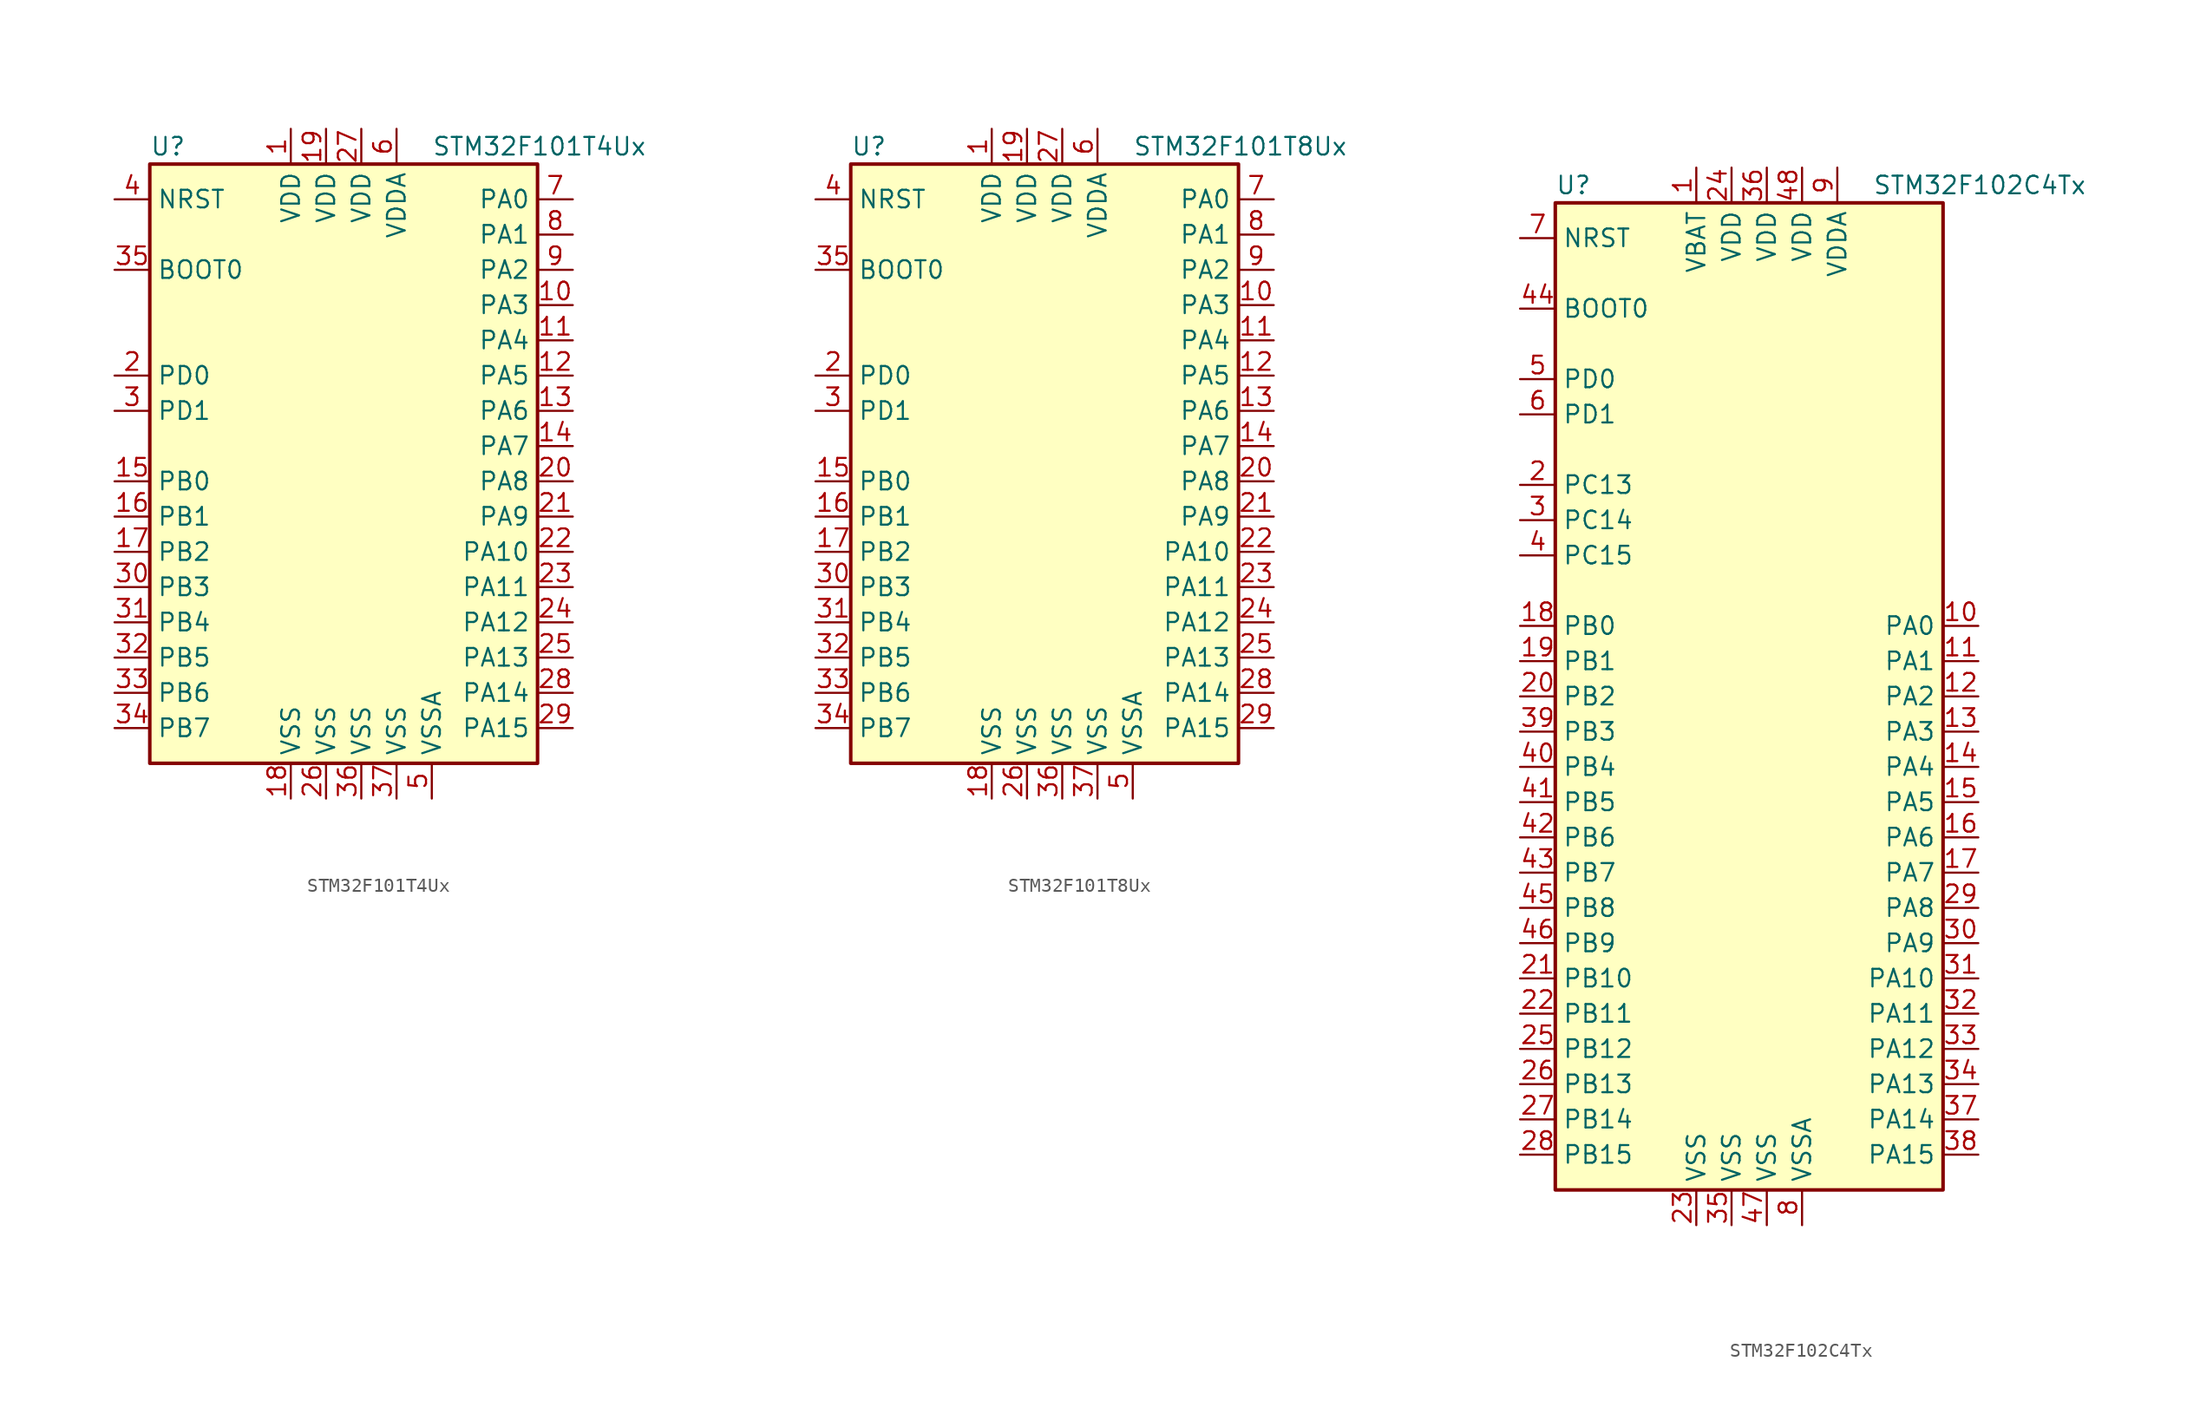
<source format=kicad_sym>
(kicad_symbol_lib
  (version 20211014)
  (generator kicad_symbol_editor)
  (symbol "STM32F101T4Ux"
    (property "Reference" "U"
      (at -15.24 21.59 0)
      (effects (font (size 1.27 1.27)) (justify left)))
    (property "Value" "STM32F101T4Ux"
      (at 5.08 21.59 0)
      (effects (font (size 1.27 1.27)) (justify left)))
    (symbol "STM32F101T4Ux_0_1"
      (rectangle (start -15.24 -22.86) (end 12.7 20.32) (stroke (width 0.254) (type default) (color 0 0 0 0)) (fill (type background))))
    (symbol "STM32F101T4Ux_1_1"
      (pin power_in line (at -5.08 22.86 270) (length 2.54) (name "VDD" (effects (font (size 1.27 1.27)))) (number "1" (effects (font (size 1.27 1.27)))))
      (pin bidirectional line (at 15.24 10.16 180) (length 2.54) (name "PA3" (effects (font (size 1.27 1.27)))) (number "10" (effects (font (size 1.27 1.27)))))
      (pin bidirectional line (at 15.24 7.62 180) (length 2.54) (name "PA4" (effects (font (size 1.27 1.27)))) (number "11" (effects (font (size 1.27 1.27)))))
      (pin bidirectional line (at 15.24 5.08 180) (length 2.54) (name "PA5" (effects (font (size 1.27 1.27)))) (number "12" (effects (font (size 1.27 1.27)))))
      (pin bidirectional line (at 15.24 2.54 180) (length 2.54) (name "PA6" (effects (font (size 1.27 1.27)))) (number "13" (effects (font (size 1.27 1.27)))))
      (pin bidirectional line (at 15.24 0 180) (length 2.54) (name "PA7" (effects (font (size 1.27 1.27)))) (number "14" (effects (font (size 1.27 1.27)))))
      (pin bidirectional line (at -17.78 -2.54 0) (length 2.54) (name "PB0" (effects (font (size 1.27 1.27)))) (number "15" (effects (font (size 1.27 1.27)))))
      (pin bidirectional line (at -17.78 -5.08 0) (length 2.54) (name "PB1" (effects (font (size 1.27 1.27)))) (number "16" (effects (font (size 1.27 1.27)))))
      (pin bidirectional line (at -17.78 -7.62 0) (length 2.54) (name "PB2" (effects (font (size 1.27 1.27)))) (number "17" (effects (font (size 1.27 1.27)))))
      (pin power_in line (at -5.08 -25.4 90) (length 2.54) (name "VSS" (effects (font (size 1.27 1.27)))) (number "18" (effects (font (size 1.27 1.27)))))
      (pin power_in line (at -2.54 22.86 270) (length 2.54) (name "VDD" (effects (font (size 1.27 1.27)))) (number "19" (effects (font (size 1.27 1.27)))))
      (pin input line (at -17.78 5.08 0) (length 2.54) (name "PD0" (effects (font (size 1.27 1.27)))) (number "2" (effects (font (size 1.27 1.27)))))
      (pin bidirectional line (at 15.24 -2.54 180) (length 2.54) (name "PA8" (effects (font (size 1.27 1.27)))) (number "20" (effects (font (size 1.27 1.27)))))
      (pin bidirectional line (at 15.24 -5.08 180) (length 2.54) (name "PA9" (effects (font (size 1.27 1.27)))) (number "21" (effects (font (size 1.27 1.27)))))
      (pin bidirectional line (at 15.24 -7.62 180) (length 2.54) (name "PA10" (effects (font (size 1.27 1.27)))) (number "22" (effects (font (size 1.27 1.27)))))
      (pin bidirectional line (at 15.24 -10.16 180) (length 2.54) (name "PA11" (effects (font (size 1.27 1.27)))) (number "23" (effects (font (size 1.27 1.27)))))
      (pin bidirectional line (at 15.24 -12.7 180) (length 2.54) (name "PA12" (effects (font (size 1.27 1.27)))) (number "24" (effects (font (size 1.27 1.27)))))
      (pin bidirectional line (at 15.24 -15.24 180) (length 2.54) (name "PA13" (effects (font (size 1.27 1.27)))) (number "25" (effects (font (size 1.27 1.27)))))
      (pin power_in line (at -2.54 -25.4 90) (length 2.54) (name "VSS" (effects (font (size 1.27 1.27)))) (number "26" (effects (font (size 1.27 1.27)))))
      (pin power_in line (at 0 22.86 270) (length 2.54) (name "VDD" (effects (font (size 1.27 1.27)))) (number "27" (effects (font (size 1.27 1.27)))))
      (pin bidirectional line (at 15.24 -17.78 180) (length 2.54) (name "PA14" (effects (font (size 1.27 1.27)))) (number "28" (effects (font (size 1.27 1.27)))))
      (pin bidirectional line (at 15.24 -20.32 180) (length 2.54) (name "PA15" (effects (font (size 1.27 1.27)))) (number "29" (effects (font (size 1.27 1.27)))))
      (pin input line (at -17.78 2.54 0) (length 2.54) (name "PD1" (effects (font (size 1.27 1.27)))) (number "3" (effects (font (size 1.27 1.27)))))
      (pin bidirectional line (at -17.78 -10.16 0) (length 2.54) (name "PB3" (effects (font (size 1.27 1.27)))) (number "30" (effects (font (size 1.27 1.27)))))
      (pin bidirectional line (at -17.78 -12.7 0) (length 2.54) (name "PB4" (effects (font (size 1.27 1.27)))) (number "31" (effects (font (size 1.27 1.27)))))
      (pin bidirectional line (at -17.78 -15.24 0) (length 2.54) (name "PB5" (effects (font (size 1.27 1.27)))) (number "32" (effects (font (size 1.27 1.27)))))
      (pin bidirectional line (at -17.78 -17.78 0) (length 2.54) (name "PB6" (effects (font (size 1.27 1.27)))) (number "33" (effects (font (size 1.27 1.27)))))
      (pin bidirectional line (at -17.78 -20.32 0) (length 2.54) (name "PB7" (effects (font (size 1.27 1.27)))) (number "34" (effects (font (size 1.27 1.27)))))
      (pin input line (at -17.78 12.7 0) (length 2.54) (name "BOOT0" (effects (font (size 1.27 1.27)))) (number "35" (effects (font (size 1.27 1.27)))))
      (pin power_in line (at 0 -25.4 90) (length 2.54) (name "VSS" (effects (font (size 1.27 1.27)))) (number "36" (effects (font (size 1.27 1.27)))))
      (pin power_in line (at 2.54 -25.4 90) (length 2.54) (name "VSS" (effects (font (size 1.27 1.27)))) (number "37" (effects (font (size 1.27 1.27)))))
      (pin input line (at -17.78 17.78 0) (length 2.54) (name "NRST" (effects (font (size 1.27 1.27)))) (number "4" (effects (font (size 1.27 1.27)))))
      (pin power_in line (at 5.08 -25.4 90) (length 2.54) (name "VSSA" (effects (font (size 1.27 1.27)))) (number "5" (effects (font (size 1.27 1.27)))))
      (pin power_in line (at 2.54 22.86 270) (length 2.54) (name "VDDA" (effects (font (size 1.27 1.27)))) (number "6" (effects (font (size 1.27 1.27)))))
      (pin bidirectional line (at 15.24 17.78 180) (length 2.54) (name "PA0" (effects (font (size 1.27 1.27)))) (number "7" (effects (font (size 1.27 1.27)))))
      (pin bidirectional line (at 15.24 15.24 180) (length 2.54) (name "PA1" (effects (font (size 1.27 1.27)))) (number "8" (effects (font (size 1.27 1.27)))))
      (pin bidirectional line (at 15.24 12.7 180) (length 2.54) (name "PA2" (effects (font (size 1.27 1.27)))) (number "9" (effects (font (size 1.27 1.27)))))))
  (symbol "STM32F101T8Ux"
    (property "Reference" "U"
      (at -15.24 21.59 0)
      (effects (font (size 1.27 1.27)) (justify left)))
    (property "Value" "STM32F101T8Ux"
      (at 5.08 21.59 0)
      (effects (font (size 1.27 1.27)) (justify left)))
    (symbol "STM32F101T8Ux_0_1"
      (rectangle (start -15.24 -22.86) (end 12.7 20.32) (stroke (width 0.254) (type default) (color 0 0 0 0)) (fill (type background))))
    (symbol "STM32F101T8Ux_1_1"
      (pin power_in line (at -5.08 22.86 270) (length 2.54) (name "VDD" (effects (font (size 1.27 1.27)))) (number "1" (effects (font (size 1.27 1.27)))))
      (pin bidirectional line (at 15.24 10.16 180) (length 2.54) (name "PA3" (effects (font (size 1.27 1.27)))) (number "10" (effects (font (size 1.27 1.27)))))
      (pin bidirectional line (at 15.24 7.62 180) (length 2.54) (name "PA4" (effects (font (size 1.27 1.27)))) (number "11" (effects (font (size 1.27 1.27)))))
      (pin bidirectional line (at 15.24 5.08 180) (length 2.54) (name "PA5" (effects (font (size 1.27 1.27)))) (number "12" (effects (font (size 1.27 1.27)))))
      (pin bidirectional line (at 15.24 2.54 180) (length 2.54) (name "PA6" (effects (font (size 1.27 1.27)))) (number "13" (effects (font (size 1.27 1.27)))))
      (pin bidirectional line (at 15.24 0 180) (length 2.54) (name "PA7" (effects (font (size 1.27 1.27)))) (number "14" (effects (font (size 1.27 1.27)))))
      (pin bidirectional line (at -17.78 -2.54 0) (length 2.54) (name "PB0" (effects (font (size 1.27 1.27)))) (number "15" (effects (font (size 1.27 1.27)))))
      (pin bidirectional line (at -17.78 -5.08 0) (length 2.54) (name "PB1" (effects (font (size 1.27 1.27)))) (number "16" (effects (font (size 1.27 1.27)))))
      (pin bidirectional line (at -17.78 -7.62 0) (length 2.54) (name "PB2" (effects (font (size 1.27 1.27)))) (number "17" (effects (font (size 1.27 1.27)))))
      (pin power_in line (at -5.08 -25.4 90) (length 2.54) (name "VSS" (effects (font (size 1.27 1.27)))) (number "18" (effects (font (size 1.27 1.27)))))
      (pin power_in line (at -2.54 22.86 270) (length 2.54) (name "VDD" (effects (font (size 1.27 1.27)))) (number "19" (effects (font (size 1.27 1.27)))))
      (pin input line (at -17.78 5.08 0) (length 2.54) (name "PD0" (effects (font (size 1.27 1.27)))) (number "2" (effects (font (size 1.27 1.27)))))
      (pin bidirectional line (at 15.24 -2.54 180) (length 2.54) (name "PA8" (effects (font (size 1.27 1.27)))) (number "20" (effects (font (size 1.27 1.27)))))
      (pin bidirectional line (at 15.24 -5.08 180) (length 2.54) (name "PA9" (effects (font (size 1.27 1.27)))) (number "21" (effects (font (size 1.27 1.27)))))
      (pin bidirectional line (at 15.24 -7.62 180) (length 2.54) (name "PA10" (effects (font (size 1.27 1.27)))) (number "22" (effects (font (size 1.27 1.27)))))
      (pin bidirectional line (at 15.24 -10.16 180) (length 2.54) (name "PA11" (effects (font (size 1.27 1.27)))) (number "23" (effects (font (size 1.27 1.27)))))
      (pin bidirectional line (at 15.24 -12.7 180) (length 2.54) (name "PA12" (effects (font (size 1.27 1.27)))) (number "24" (effects (font (size 1.27 1.27)))))
      (pin bidirectional line (at 15.24 -15.24 180) (length 2.54) (name "PA13" (effects (font (size 1.27 1.27)))) (number "25" (effects (font (size 1.27 1.27)))))
      (pin power_in line (at -2.54 -25.4 90) (length 2.54) (name "VSS" (effects (font (size 1.27 1.27)))) (number "26" (effects (font (size 1.27 1.27)))))
      (pin power_in line (at 0 22.86 270) (length 2.54) (name "VDD" (effects (font (size 1.27 1.27)))) (number "27" (effects (font (size 1.27 1.27)))))
      (pin bidirectional line (at 15.24 -17.78 180) (length 2.54) (name "PA14" (effects (font (size 1.27 1.27)))) (number "28" (effects (font (size 1.27 1.27)))))
      (pin bidirectional line (at 15.24 -20.32 180) (length 2.54) (name "PA15" (effects (font (size 1.27 1.27)))) (number "29" (effects (font (size 1.27 1.27)))))
      (pin input line (at -17.78 2.54 0) (length 2.54) (name "PD1" (effects (font (size 1.27 1.27)))) (number "3" (effects (font (size 1.27 1.27)))))
      (pin bidirectional line (at -17.78 -10.16 0) (length 2.54) (name "PB3" (effects (font (size 1.27 1.27)))) (number "30" (effects (font (size 1.27 1.27)))))
      (pin bidirectional line (at -17.78 -12.7 0) (length 2.54) (name "PB4" (effects (font (size 1.27 1.27)))) (number "31" (effects (font (size 1.27 1.27)))))
      (pin bidirectional line (at -17.78 -15.24 0) (length 2.54) (name "PB5" (effects (font (size 1.27 1.27)))) (number "32" (effects (font (size 1.27 1.27)))))
      (pin bidirectional line (at -17.78 -17.78 0) (length 2.54) (name "PB6" (effects (font (size 1.27 1.27)))) (number "33" (effects (font (size 1.27 1.27)))))
      (pin bidirectional line (at -17.78 -20.32 0) (length 2.54) (name "PB7" (effects (font (size 1.27 1.27)))) (number "34" (effects (font (size 1.27 1.27)))))
      (pin input line (at -17.78 12.7 0) (length 2.54) (name "BOOT0" (effects (font (size 1.27 1.27)))) (number "35" (effects (font (size 1.27 1.27)))))
      (pin power_in line (at 0 -25.4 90) (length 2.54) (name "VSS" (effects (font (size 1.27 1.27)))) (number "36" (effects (font (size 1.27 1.27)))))
      (pin power_in line (at 2.54 -25.4 90) (length 2.54) (name "VSS" (effects (font (size 1.27 1.27)))) (number "37" (effects (font (size 1.27 1.27)))))
      (pin input line (at -17.78 17.78 0) (length 2.54) (name "NRST" (effects (font (size 1.27 1.27)))) (number "4" (effects (font (size 1.27 1.27)))))
      (pin power_in line (at 5.08 -25.4 90) (length 2.54) (name "VSSA" (effects (font (size 1.27 1.27)))) (number "5" (effects (font (size 1.27 1.27)))))
      (pin power_in line (at 2.54 22.86 270) (length 2.54) (name "VDDA" (effects (font (size 1.27 1.27)))) (number "6" (effects (font (size 1.27 1.27)))))
      (pin bidirectional line (at 15.24 17.78 180) (length 2.54) (name "PA0" (effects (font (size 1.27 1.27)))) (number "7" (effects (font (size 1.27 1.27)))))
      (pin bidirectional line (at 15.24 15.24 180) (length 2.54) (name "PA1" (effects (font (size 1.27 1.27)))) (number "8" (effects (font (size 1.27 1.27)))))
      (pin bidirectional line (at 15.24 12.7 180) (length 2.54) (name "PA2" (effects (font (size 1.27 1.27)))) (number "9" (effects (font (size 1.27 1.27)))))))
  (symbol "STM32F102C4Tx"
    (property "Reference" "U"
      (at -15.24 36.83 0)
      (effects (font (size 1.27 1.27)) (justify left)))
    (property "Value" "STM32F102C4Tx"
      (at 7.62 36.83 0)
      (effects (font (size 1.27 1.27)) (justify left)))
    (symbol "STM32F102C4Tx_0_1"
      (rectangle (start -15.24 -35.56) (end 12.7 35.56) (stroke (width 0.254) (type default) (color 0 0 0 0)) (fill (type background))))
    (symbol "STM32F102C4Tx_1_1"
      (pin power_in line (at -5.08 38.1 270) (length 2.54) (name "VBAT" (effects (font (size 1.27 1.27)))) (number "1" (effects (font (size 1.27 1.27)))))
      (pin bidirectional line (at 15.24 5.08 180) (length 2.54) (name "PA0" (effects (font (size 1.27 1.27)))) (number "10" (effects (font (size 1.27 1.27)))))
      (pin bidirectional line (at 15.24 2.54 180) (length 2.54) (name "PA1" (effects (font (size 1.27 1.27)))) (number "11" (effects (font (size 1.27 1.27)))))
      (pin bidirectional line (at 15.24 0 180) (length 2.54) (name "PA2" (effects (font (size 1.27 1.27)))) (number "12" (effects (font (size 1.27 1.27)))))
      (pin bidirectional line (at 15.24 -2.54 180) (length 2.54) (name "PA3" (effects (font (size 1.27 1.27)))) (number "13" (effects (font (size 1.27 1.27)))))
      (pin bidirectional line (at 15.24 -5.08 180) (length 2.54) (name "PA4" (effects (font (size 1.27 1.27)))) (number "14" (effects (font (size 1.27 1.27)))))
      (pin bidirectional line (at 15.24 -7.62 180) (length 2.54) (name "PA5" (effects (font (size 1.27 1.27)))) (number "15" (effects (font (size 1.27 1.27)))))
      (pin bidirectional line (at 15.24 -10.16 180) (length 2.54) (name "PA6" (effects (font (size 1.27 1.27)))) (number "16" (effects (font (size 1.27 1.27)))))
      (pin bidirectional line (at 15.24 -12.7 180) (length 2.54) (name "PA7" (effects (font (size 1.27 1.27)))) (number "17" (effects (font (size 1.27 1.27)))))
      (pin bidirectional line (at -17.78 5.08 0) (length 2.54) (name "PB0" (effects (font (size 1.27 1.27)))) (number "18" (effects (font (size 1.27 1.27)))))
      (pin bidirectional line (at -17.78 2.54 0) (length 2.54) (name "PB1" (effects (font (size 1.27 1.27)))) (number "19" (effects (font (size 1.27 1.27)))))
      (pin bidirectional line (at -17.78 15.24 0) (length 2.54) (name "PC13" (effects (font (size 1.27 1.27)))) (number "2" (effects (font (size 1.27 1.27)))))
      (pin bidirectional line (at -17.78 0 0) (length 2.54) (name "PB2" (effects (font (size 1.27 1.27)))) (number "20" (effects (font (size 1.27 1.27)))))
      (pin bidirectional line (at -17.78 -20.32 0) (length 2.54) (name "PB10" (effects (font (size 1.27 1.27)))) (number "21" (effects (font (size 1.27 1.27)))))
      (pin bidirectional line (at -17.78 -22.86 0) (length 2.54) (name "PB11" (effects (font (size 1.27 1.27)))) (number "22" (effects (font (size 1.27 1.27)))))
      (pin power_in line (at -5.08 -38.1 90) (length 2.54) (name "VSS" (effects (font (size 1.27 1.27)))) (number "23" (effects (font (size 1.27 1.27)))))
      (pin power_in line (at -2.54 38.1 270) (length 2.54) (name "VDD" (effects (font (size 1.27 1.27)))) (number "24" (effects (font (size 1.27 1.27)))))
      (pin bidirectional line (at -17.78 -25.4 0) (length 2.54) (name "PB12" (effects (font (size 1.27 1.27)))) (number "25" (effects (font (size 1.27 1.27)))))
      (pin bidirectional line (at -17.78 -27.94 0) (length 2.54) (name "PB13" (effects (font (size 1.27 1.27)))) (number "26" (effects (font (size 1.27 1.27)))))
      (pin bidirectional line (at -17.78 -30.48 0) (length 2.54) (name "PB14" (effects (font (size 1.27 1.27)))) (number "27" (effects (font (size 1.27 1.27)))))
      (pin bidirectional line (at -17.78 -33.02 0) (length 2.54) (name "PB15" (effects (font (size 1.27 1.27)))) (number "28" (effects (font (size 1.27 1.27)))))
      (pin bidirectional line (at 15.24 -15.24 180) (length 2.54) (name "PA8" (effects (font (size 1.27 1.27)))) (number "29" (effects (font (size 1.27 1.27)))))
      (pin bidirectional line (at -17.78 12.7 0) (length 2.54) (name "PC14" (effects (font (size 1.27 1.27)))) (number "3" (effects (font (size 1.27 1.27)))))
      (pin bidirectional line (at 15.24 -17.78 180) (length 2.54) (name "PA9" (effects (font (size 1.27 1.27)))) (number "30" (effects (font (size 1.27 1.27)))))
      (pin bidirectional line (at 15.24 -20.32 180) (length 2.54) (name "PA10" (effects (font (size 1.27 1.27)))) (number "31" (effects (font (size 1.27 1.27)))))
      (pin bidirectional line (at 15.24 -22.86 180) (length 2.54) (name "PA11" (effects (font (size 1.27 1.27)))) (number "32" (effects (font (size 1.27 1.27)))))
      (pin bidirectional line (at 15.24 -25.4 180) (length 2.54) (name "PA12" (effects (font (size 1.27 1.27)))) (number "33" (effects (font (size 1.27 1.27)))))
      (pin bidirectional line (at 15.24 -27.94 180) (length 2.54) (name "PA13" (effects (font (size 1.27 1.27)))) (number "34" (effects (font (size 1.27 1.27)))))
      (pin power_in line (at -2.54 -38.1 90) (length 2.54) (name "VSS" (effects (font (size 1.27 1.27)))) (number "35" (effects (font (size 1.27 1.27)))))
      (pin power_in line (at 0 38.1 270) (length 2.54) (name "VDD" (effects (font (size 1.27 1.27)))) (number "36" (effects (font (size 1.27 1.27)))))
      (pin bidirectional line (at 15.24 -30.48 180) (length 2.54) (name "PA14" (effects (font (size 1.27 1.27)))) (number "37" (effects (font (size 1.27 1.27)))))
      (pin bidirectional line (at 15.24 -33.02 180) (length 2.54) (name "PA15" (effects (font (size 1.27 1.27)))) (number "38" (effects (font (size 1.27 1.27)))))
      (pin bidirectional line (at -17.78 -2.54 0) (length 2.54) (name "PB3" (effects (font (size 1.27 1.27)))) (number "39" (effects (font (size 1.27 1.27)))))
      (pin bidirectional line (at -17.78 10.16 0) (length 2.54) (name "PC15" (effects (font (size 1.27 1.27)))) (number "4" (effects (font (size 1.27 1.27)))))
      (pin bidirectional line (at -17.78 -5.08 0) (length 2.54) (name "PB4" (effects (font (size 1.27 1.27)))) (number "40" (effects (font (size 1.27 1.27)))))
      (pin bidirectional line (at -17.78 -7.62 0) (length 2.54) (name "PB5" (effects (font (size 1.27 1.27)))) (number "41" (effects (font (size 1.27 1.27)))))
      (pin bidirectional line (at -17.78 -10.16 0) (length 2.54) (name "PB6" (effects (font (size 1.27 1.27)))) (number "42" (effects (font (size 1.27 1.27)))))
      (pin bidirectional line (at -17.78 -12.7 0) (length 2.54) (name "PB7" (effects (font (size 1.27 1.27)))) (number "43" (effects (font (size 1.27 1.27)))))
      (pin input line (at -17.78 27.94 0) (length 2.54) (name "BOOT0" (effects (font (size 1.27 1.27)))) (number "44" (effects (font (size 1.27 1.27)))))
      (pin bidirectional line (at -17.78 -15.24 0) (length 2.54) (name "PB8" (effects (font (size 1.27 1.27)))) (number "45" (effects (font (size 1.27 1.27)))))
      (pin bidirectional line (at -17.78 -17.78 0) (length 2.54) (name "PB9" (effects (font (size 1.27 1.27)))) (number "46" (effects (font (size 1.27 1.27)))))
      (pin power_in line (at 0 -38.1 90) (length 2.54) (name "VSS" (effects (font (size 1.27 1.27)))) (number "47" (effects (font (size 1.27 1.27)))))
      (pin power_in line (at 2.54 38.1 270) (length 2.54) (name "VDD" (effects (font (size 1.27 1.27)))) (number "48" (effects (font (size 1.27 1.27)))))
      (pin input line (at -17.78 22.86 0) (length 2.54) (name "PD0" (effects (font (size 1.27 1.27)))) (number "5" (effects (font (size 1.27 1.27)))))
      (pin input line (at -17.78 20.32 0) (length 2.54) (name "PD1" (effects (font (size 1.27 1.27)))) (number "6" (effects (font (size 1.27 1.27)))))
      (pin input line (at -17.78 33.02 0) (length 2.54) (name "NRST" (effects (font (size 1.27 1.27)))) (number "7" (effects (font (size 1.27 1.27)))))
      (pin power_in line (at 2.54 -38.1 90) (length 2.54) (name "VSSA" (effects (font (size 1.27 1.27)))) (number "8" (effects (font (size 1.27 1.27)))))
      (pin power_in line (at 5.08 38.1 270) (length 2.54) (name "VDDA" (effects (font (size 1.27 1.27)))) (number "9" (effects (font (size 1.27 1.27))))))))
</source>
